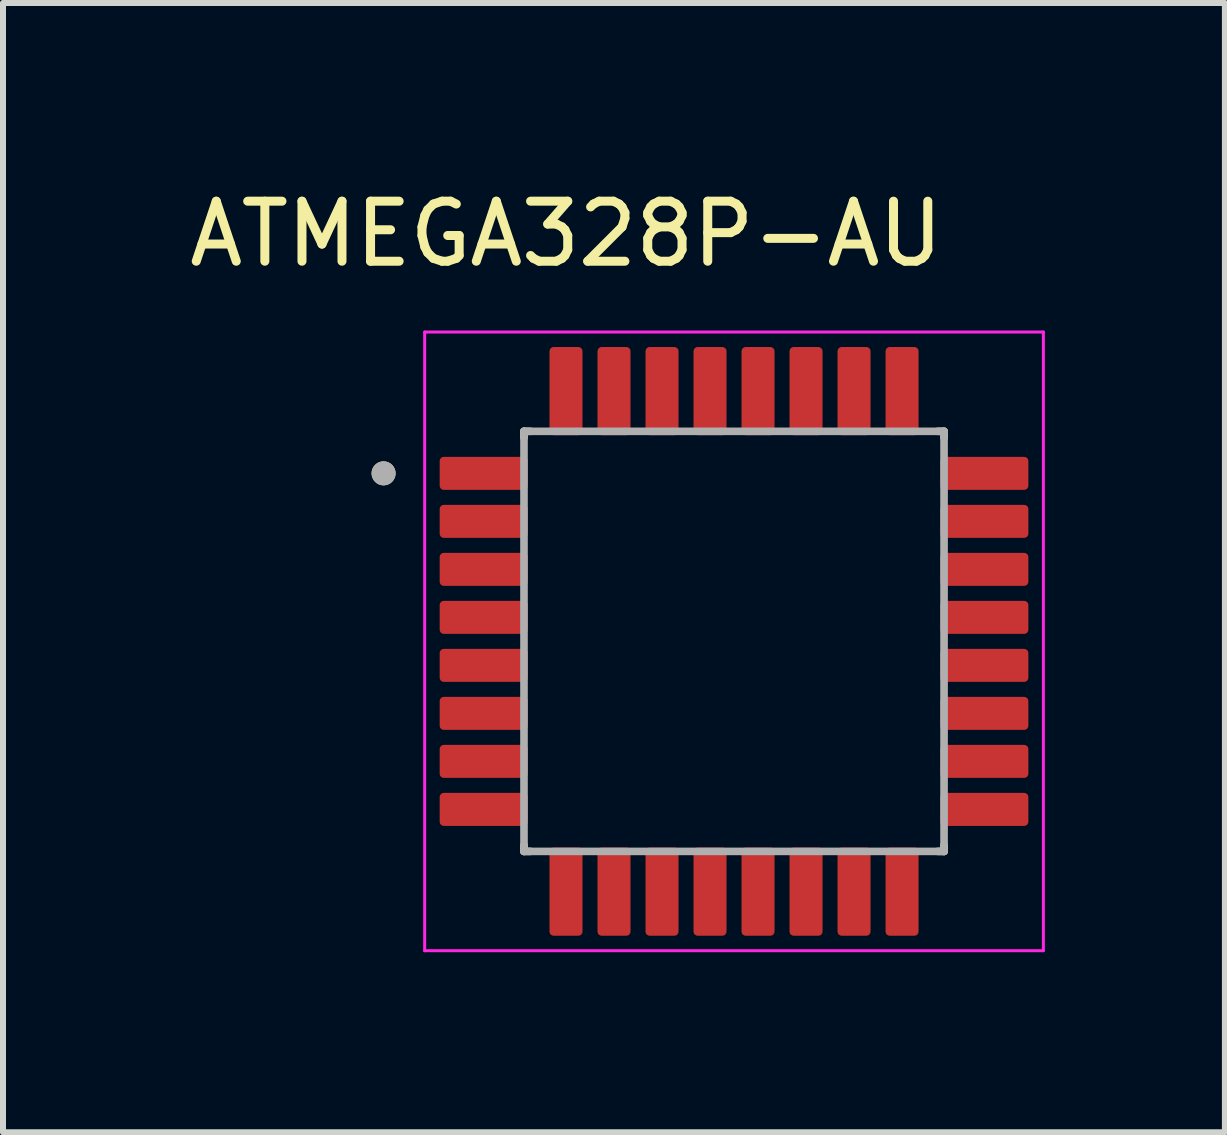
<source format=kicad_pcb>
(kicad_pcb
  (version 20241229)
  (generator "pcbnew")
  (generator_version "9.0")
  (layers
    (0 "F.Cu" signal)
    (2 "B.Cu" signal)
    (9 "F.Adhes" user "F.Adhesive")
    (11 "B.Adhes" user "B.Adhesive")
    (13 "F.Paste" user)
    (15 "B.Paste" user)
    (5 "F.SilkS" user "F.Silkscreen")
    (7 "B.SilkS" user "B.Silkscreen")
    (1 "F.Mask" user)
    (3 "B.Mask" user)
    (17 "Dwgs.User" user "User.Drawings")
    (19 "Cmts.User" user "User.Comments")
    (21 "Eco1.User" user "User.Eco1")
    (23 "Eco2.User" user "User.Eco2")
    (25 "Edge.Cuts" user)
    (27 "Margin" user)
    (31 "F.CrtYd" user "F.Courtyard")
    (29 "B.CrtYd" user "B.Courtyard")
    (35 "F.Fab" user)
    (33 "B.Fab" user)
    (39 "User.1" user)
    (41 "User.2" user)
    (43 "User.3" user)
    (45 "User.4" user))
  (footprint "ATMEGA328P-AU"
    (layer "F.Cu")
    (at 9.182 7.638)
    (property "Reference" "ATMEGA328P-AU" (at -2.795 -6.79 0) (layer "F.SilkS") (effects (font (size 1 1) (thickness 0.15))))
    (attr smd)
    (fp_line (start -3.5 -3.5) (end -3.5 -3.395) (stroke (width 0.127) (type solid)) (layer "F.SilkS"))
    (fp_line (start -3.5 -3.5) (end -3.395 -3.5) (stroke (width 0.127) (type solid)) (layer "F.SilkS"))
    (fp_line (start -3.5 3.5) (end -3.5 3.395) (stroke (width 0.127) (type solid)) (layer "F.SilkS"))
    (fp_line (start -3.5 3.5) (end -3.395 3.5) (stroke (width 0.127) (type solid)) (layer "F.SilkS"))
    (fp_line (start 3.5 -3.5) (end 3.395 -3.5) (stroke (width 0.127) (type solid)) (layer "F.SilkS"))
    (fp_line (start 3.5 -3.5) (end 3.5 -3.395) (stroke (width 0.127) (type solid)) (layer "F.SilkS"))
    (fp_line (start 3.5 3.5) (end 3.395 3.5) (stroke (width 0.127) (type solid)) (layer "F.SilkS"))
    (fp_line (start 3.5 3.5) (end 3.5 3.395) (stroke (width 0.127) (type solid)) (layer "F.SilkS"))
    (fp_circle (center -5.84 -2.8) (end -5.74 -2.8) (stroke (width 0.2) (type solid)) (fill no) (layer "F.SilkS"))
    (fp_line (start -5.155 -5.155) (end 5.155 -5.155) (stroke (width 0.05) (type solid)) (layer "F.CrtYd"))
    (fp_line (start -5.155 5.155) (end -5.155 -5.155) (stroke (width 0.05) (type solid)) (layer "F.CrtYd"))
    (fp_line (start -5.155 5.155) (end 5.155 5.155) (stroke (width 0.05) (type solid)) (layer "F.CrtYd"))
    (fp_line (start 5.155 5.155) (end 5.155 -5.155) (stroke (width 0.05) (type solid)) (layer "F.CrtYd"))
    (fp_line (start -3.5 3.5) (end -3.5 -3.5) (stroke (width 0.127) (type solid)) (layer "F.Fab"))
    (fp_line (start 3.5 -3.5) (end -3.5 -3.5) (stroke (width 0.127) (type solid)) (layer "F.Fab"))
    (fp_line (start 3.5 3.5) (end -3.5 3.5) (stroke (width 0.127) (type solid)) (layer "F.Fab"))
    (fp_line (start 3.5 3.5) (end 3.5 -3.5) (stroke (width 0.127) (type solid)) (layer "F.Fab"))
    (fp_circle (center -5.84 -2.8) (end -5.74 -2.8) (stroke (width 0.2) (type solid)) (fill no) (layer "F.Fab"))
    (pad "1" smd roundrect (at -4.17 -2.8) (size 1.47 0.55) (layers "F.Cu" "F.Mask" "F.Paste") (roundrect_rratio 0.125))
    (pad "2" smd roundrect (at -4.17 -2) (size 1.47 0.55) (layers "F.Cu" "F.Mask" "F.Paste") (roundrect_rratio 0.125))
    (pad "3" smd roundrect (at -4.17 -1.2) (size 1.47 0.55) (layers "F.Cu" "F.Mask" "F.Paste") (roundrect_rratio 0.125))
    (pad "4" smd roundrect (at -4.17 -0.4) (size 1.47 0.55) (layers "F.Cu" "F.Mask" "F.Paste") (roundrect_rratio 0.125))
    (pad "5" smd roundrect (at -4.17 0.4) (size 1.47 0.55) (layers "F.Cu" "F.Mask" "F.Paste") (roundrect_rratio 0.125))
    (pad "6" smd roundrect (at -4.17 1.2) (size 1.47 0.55) (layers "F.Cu" "F.Mask" "F.Paste") (roundrect_rratio 0.125))
    (pad "7" smd roundrect (at -4.17 2) (size 1.47 0.55) (layers "F.Cu" "F.Mask" "F.Paste") (roundrect_rratio 0.125))
    (pad "8" smd roundrect (at -4.17 2.8) (size 1.47 0.55) (layers "F.Cu" "F.Mask" "F.Paste") (roundrect_rratio 0.125))
    (pad "9" smd roundrect (at -2.8 4.17) (size 0.55 1.47) (layers "F.Cu" "F.Mask" "F.Paste") (roundrect_rratio 0.125))
    (pad "10" smd roundrect (at -2 4.17) (size 0.55 1.47) (layers "F.Cu" "F.Mask" "F.Paste") (roundrect_rratio 0.125))
    (pad "11" smd roundrect (at -1.2 4.17) (size 0.55 1.47) (layers "F.Cu" "F.Mask" "F.Paste") (roundrect_rratio 0.125))
    (pad "12" smd roundrect (at -0.4 4.17) (size 0.55 1.47) (layers "F.Cu" "F.Mask" "F.Paste") (roundrect_rratio 0.125))
    (pad "13" smd roundrect (at 0.4 4.17) (size 0.55 1.47) (layers "F.Cu" "F.Mask" "F.Paste") (roundrect_rratio 0.125))
    (pad "14" smd roundrect (at 1.2 4.17) (size 0.55 1.47) (layers "F.Cu" "F.Mask" "F.Paste") (roundrect_rratio 0.125))
    (pad "15" smd roundrect (at 2 4.17) (size 0.55 1.47) (layers "F.Cu" "F.Mask" "F.Paste") (roundrect_rratio 0.125))
    (pad "16" smd roundrect (at 2.8 4.17) (size 0.55 1.47) (layers "F.Cu" "F.Mask" "F.Paste") (roundrect_rratio 0.125))
    (pad "17" smd roundrect (at 4.17 2.8) (size 1.47 0.55) (layers "F.Cu" "F.Mask" "F.Paste") (roundrect_rratio 0.125))
    (pad "18" smd roundrect (at 4.17 2) (size 1.47 0.55) (layers "F.Cu" "F.Mask" "F.Paste") (roundrect_rratio 0.125))
    (pad "19" smd roundrect (at 4.17 1.2) (size 1.47 0.55) (layers "F.Cu" "F.Mask" "F.Paste") (roundrect_rratio 0.125))
    (pad "20" smd roundrect (at 4.17 0.4) (size 1.47 0.55) (layers "F.Cu" "F.Mask" "F.Paste") (roundrect_rratio 0.125))
    (pad "21" smd roundrect (at 4.17 -0.4) (size 1.47 0.55) (layers "F.Cu" "F.Mask" "F.Paste") (roundrect_rratio 0.125))
    (pad "22" smd roundrect (at 4.17 -1.2) (size 1.47 0.55) (layers "F.Cu" "F.Mask" "F.Paste") (roundrect_rratio 0.125))
    (pad "23" smd roundrect (at 4.17 -2) (size 1.47 0.55) (layers "F.Cu" "F.Mask" "F.Paste") (roundrect_rratio 0.125))
    (pad "24" smd roundrect (at 4.17 -2.8) (size 1.47 0.55) (layers "F.Cu" "F.Mask" "F.Paste") (roundrect_rratio 0.125))
    (pad "25" smd roundrect (at 2.8 -4.17) (size 0.55 1.47) (layers "F.Cu" "F.Mask" "F.Paste") (roundrect_rratio 0.125))
    (pad "26" smd roundrect (at 2 -4.17) (size 0.55 1.47) (layers "F.Cu" "F.Mask" "F.Paste") (roundrect_rratio 0.125))
    (pad "27" smd roundrect (at 1.2 -4.17) (size 0.55 1.47) (layers "F.Cu" "F.Mask" "F.Paste") (roundrect_rratio 0.125))
    (pad "28" smd roundrect (at 0.4 -4.17) (size 0.55 1.47) (layers "F.Cu" "F.Mask" "F.Paste") (roundrect_rratio 0.125))
    (pad "29" smd roundrect (at -0.4 -4.17) (size 0.55 1.47) (layers "F.Cu" "F.Mask" "F.Paste") (roundrect_rratio 0.125))
    (pad "30" smd roundrect (at -1.2 -4.17) (size 0.55 1.47) (layers "F.Cu" "F.Mask" "F.Paste") (roundrect_rratio 0.125))
    (pad "31" smd roundrect (at -2 -4.17) (size 0.55 1.47) (layers "F.Cu" "F.Mask" "F.Paste") (roundrect_rratio 0.125))
    (pad "32" smd roundrect (at -2.8 -4.17) (size 0.55 1.47) (layers "F.Cu" "F.Mask" "F.Paste") (roundrect_rratio 0.125)))
  (gr_rect
    (start -3 -3)
    (end 17.362 15.818)
    (stroke (width 0.1) (type default))
    (fill no)
    (layer "Edge.Cuts")))
</source>
